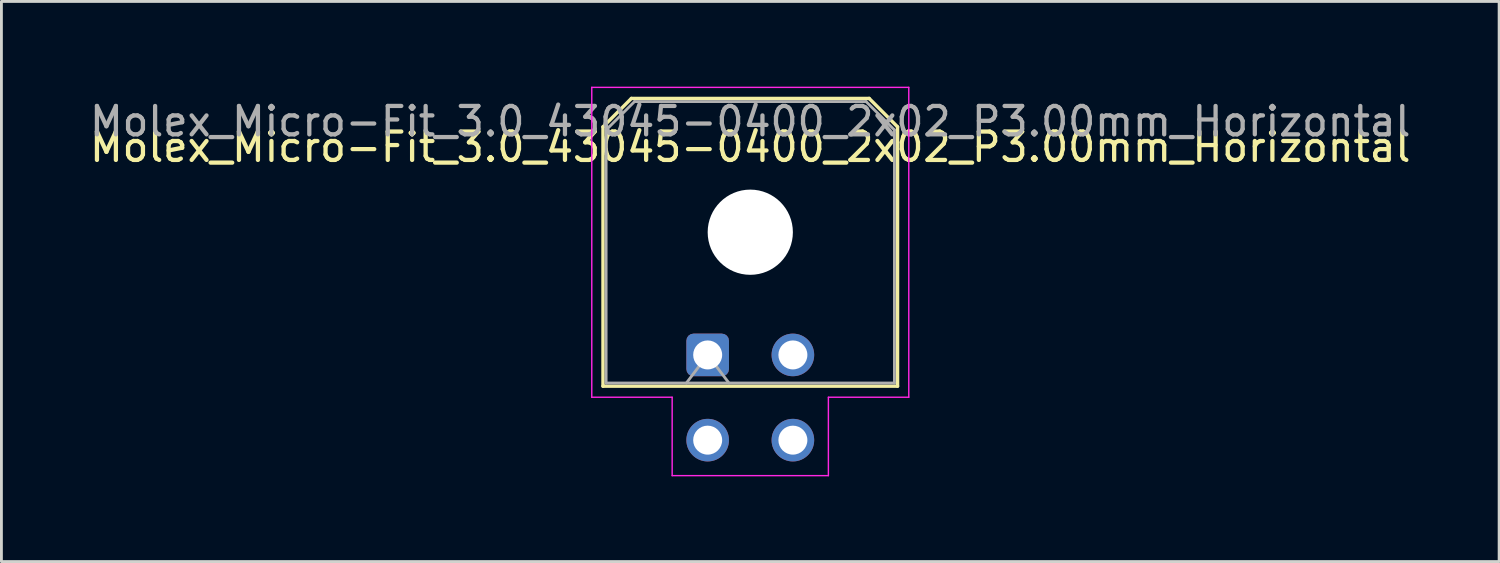
<source format=kicad_pcb>
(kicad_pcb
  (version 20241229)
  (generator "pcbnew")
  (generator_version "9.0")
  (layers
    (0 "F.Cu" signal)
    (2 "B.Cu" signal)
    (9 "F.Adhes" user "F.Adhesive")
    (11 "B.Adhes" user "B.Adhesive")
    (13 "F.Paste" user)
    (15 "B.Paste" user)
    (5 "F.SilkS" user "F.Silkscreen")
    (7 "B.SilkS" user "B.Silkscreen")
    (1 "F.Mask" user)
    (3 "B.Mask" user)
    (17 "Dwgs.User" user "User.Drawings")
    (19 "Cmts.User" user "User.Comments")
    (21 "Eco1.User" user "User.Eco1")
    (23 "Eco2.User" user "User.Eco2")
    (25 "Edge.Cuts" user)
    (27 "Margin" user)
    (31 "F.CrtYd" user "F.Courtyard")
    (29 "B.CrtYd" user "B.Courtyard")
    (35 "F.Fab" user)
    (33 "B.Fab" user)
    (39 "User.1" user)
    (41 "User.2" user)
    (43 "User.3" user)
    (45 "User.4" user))
  (footprint "Molex_Micro-Fit_3.0_43045-0400_2x02_P3.00mm_Horizontal"
    (layer "F.Cu")
    (at 21.863 9.445)
    (property "Reference" "Molex_Micro-Fit_3.0_43045-0400_2x02_P3.00mm_Horizontal" (at 1.5 -7.32 0) (layer "F.SilkS") (effects (font (size 1 1) (thickness 0.15))))
    (attr through_hole)
    (fp_line (start -3.685 -8.03) (end -2.685 -9.03) (stroke (width 0.12) (type solid)) (layer "F.SilkS"))
    (fp_line (start -3.685 1.1) (end -3.685 -8.03) (stroke (width 0.12) (type solid)) (layer "F.SilkS"))
    (fp_line (start -2.685 -9.03) (end 5.685 -9.03) (stroke (width 0.12) (type solid)) (layer "F.SilkS"))
    (fp_line (start 5.685 -9.03) (end 6.685 -8.03) (stroke (width 0.12) (type solid)) (layer "F.SilkS"))
    (fp_line (start 6.685 -8.03) (end 6.685 1.1) (stroke (width 0.12) (type solid)) (layer "F.SilkS"))
    (fp_line (start 6.685 1.1) (end -3.685 1.1) (stroke (width 0.12) (type solid)) (layer "F.SilkS"))
    (fp_line (start -4.08 -9.42) (end 7.08 -9.42) (stroke (width 0.05) (type solid)) (layer "F.CrtYd"))
    (fp_line (start -4.08 1.49) (end -4.08 -9.42) (stroke (width 0.05) (type solid)) (layer "F.CrtYd"))
    (fp_line (start -1.25 1.49) (end -4.08 1.49) (stroke (width 0.05) (type solid)) (layer "F.CrtYd"))
    (fp_line (start -1.25 4.25) (end -1.25 1.49) (stroke (width 0.05) (type solid)) (layer "F.CrtYd"))
    (fp_line (start 4.25 1.49) (end 4.25 4.25) (stroke (width 0.05) (type solid)) (layer "F.CrtYd"))
    (fp_line (start 4.25 4.25) (end -1.25 4.25) (stroke (width 0.05) (type solid)) (layer "F.CrtYd"))
    (fp_line (start 7.08 -9.42) (end 7.08 1.49) (stroke (width 0.05) (type solid)) (layer "F.CrtYd"))
    (fp_line (start 7.08 1.49) (end 4.25 1.49) (stroke (width 0.05) (type solid)) (layer "F.CrtYd"))
    (fp_line (start -3.575 -7.92) (end -2.575 -8.92) (stroke (width 0.1) (type solid)) (layer "F.Fab"))
    (fp_line (start -3.575 0.99) (end -3.575 -7.92) (stroke (width 0.1) (type solid)) (layer "F.Fab"))
    (fp_line (start -2.575 -8.92) (end 5.575 -8.92) (stroke (width 0.1) (type solid)) (layer "F.Fab"))
    (fp_line (start -0.75 0.99) (end 0 0) (stroke (width 0.1) (type solid)) (layer "F.Fab"))
    (fp_line (start 0 0) (end 0.75 0.99) (stroke (width 0.1) (type solid)) (layer "F.Fab"))
    (fp_line (start 5.575 -8.92) (end 6.575 -7.92) (stroke (width 0.1) (type solid)) (layer "F.Fab"))
    (fp_line (start 6.575 -7.92) (end 6.575 0.99) (stroke (width 0.1) (type solid)) (layer "F.Fab"))
    (fp_line (start 6.575 0.99) (end -3.575 0.99) (stroke (width 0.1) (type solid)) (layer "F.Fab"))
    (fp_text user "${REFERENCE}" (at 1.5 -8.22 0) (layer "F.Fab") (effects (font (size 1 1) (thickness 0.15))))
    (pad "" np_thru_hole circle (at 1.5 -4.32) (size 3 3) (drill 3) (layers "*.Cu" "*.Mask"))
    (pad "1" thru_hole roundrect (at 0 0) (size 1.5 1.5) (drill 1.02) (layers "*.Cu" "*.Mask") (roundrect_rratio 0.167))
    (pad "2" thru_hole circle (at 3 0) (size 1.5 1.5) (drill 1.02) (layers "*.Cu" "*.Mask"))
    (pad "3" thru_hole circle (at 0 3) (size 1.5 1.5) (drill 1.02) (layers "*.Cu" "*.Mask"))
    (pad "4" thru_hole circle (at 3 3) (size 1.5 1.5) (drill 1.02) (layers "*.Cu" "*.Mask")))
  (gr_rect
    (start -3 -3)
    (end 49.726 16.72)
    (stroke (width 0.1) (type default))
    (fill no)
    (layer "Edge.Cuts")))
</source>
